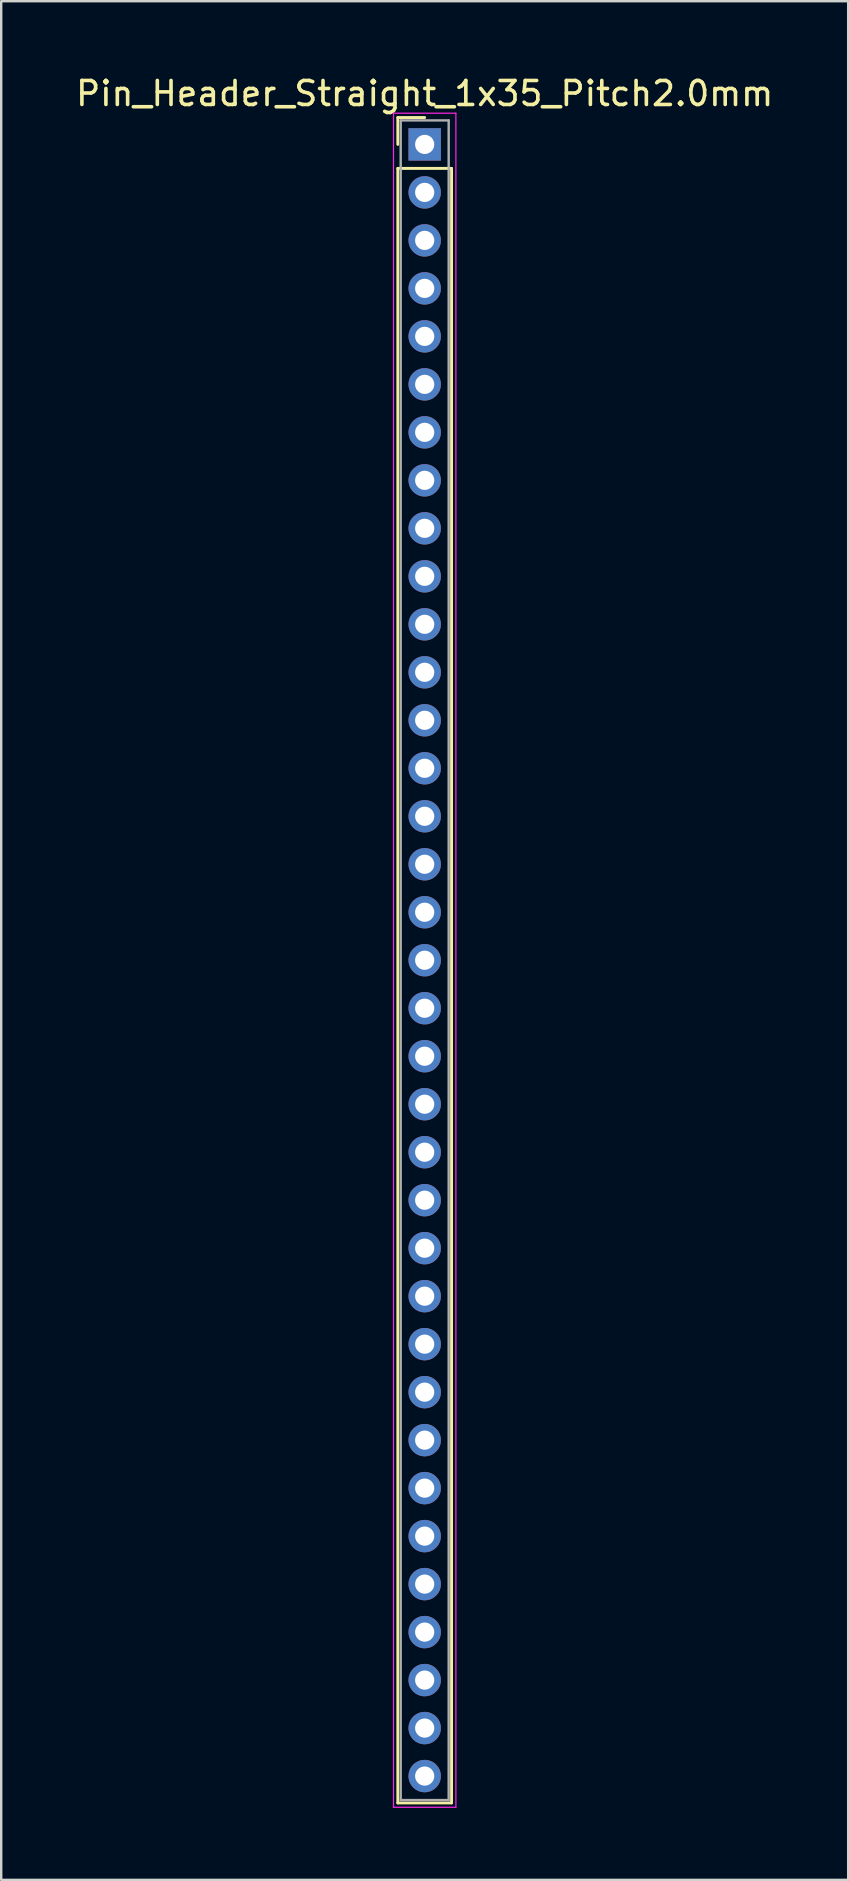
<source format=kicad_pcb>
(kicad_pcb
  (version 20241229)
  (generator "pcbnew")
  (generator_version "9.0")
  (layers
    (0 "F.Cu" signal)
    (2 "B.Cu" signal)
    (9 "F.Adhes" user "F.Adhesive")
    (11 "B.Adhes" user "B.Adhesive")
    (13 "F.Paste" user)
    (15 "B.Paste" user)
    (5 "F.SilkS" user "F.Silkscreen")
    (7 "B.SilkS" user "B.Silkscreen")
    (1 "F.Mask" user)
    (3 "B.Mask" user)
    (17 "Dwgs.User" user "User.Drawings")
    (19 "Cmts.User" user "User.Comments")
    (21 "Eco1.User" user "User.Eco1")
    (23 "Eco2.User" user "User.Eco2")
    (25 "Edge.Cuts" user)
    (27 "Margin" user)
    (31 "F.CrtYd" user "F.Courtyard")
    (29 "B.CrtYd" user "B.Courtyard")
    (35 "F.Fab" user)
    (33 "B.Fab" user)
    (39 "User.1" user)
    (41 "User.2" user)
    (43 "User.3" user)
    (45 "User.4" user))
  (footprint "Pin_Header_Straight_1x35_Pitch2.0mm"
    (layer "F.Cu")
    (at 14.649 2.968)
    (property "Reference" "Pin_Header_Straight_1x35_Pitch2.0mm" (at 0 -2.12 0) (layer "F.SilkS") (effects (font (size 1 1) (thickness 0.15))))
    (attr through_hole)
    (fp_line (start -1.12 -1.12) (end 0 -1.12) (stroke (width 0.12) (type solid)) (layer "F.SilkS"))
    (fp_line (start -1.12 0) (end -1.12 -1.12) (stroke (width 0.12) (type solid)) (layer "F.SilkS"))
    (fp_line (start -1.12 1) (end -1.12 69.12) (stroke (width 0.12) (type solid)) (layer "F.SilkS"))
    (fp_line (start -1.12 69.12) (end 1.12 69.12) (stroke (width 0.12) (type solid)) (layer "F.SilkS"))
    (fp_line (start 1.12 1) (end -1.12 1) (stroke (width 0.12) (type solid)) (layer "F.SilkS"))
    (fp_line (start 1.12 69.12) (end 1.12 1) (stroke (width 0.12) (type solid)) (layer "F.SilkS"))
    (fp_line (start -1.3 -1.3) (end -1.3 69.3) (stroke (width 0.05) (type solid)) (layer "F.CrtYd"))
    (fp_line (start -1.3 69.3) (end 1.3 69.3) (stroke (width 0.05) (type solid)) (layer "F.CrtYd"))
    (fp_line (start 1.3 -1.3) (end -1.3 -1.3) (stroke (width 0.05) (type solid)) (layer "F.CrtYd"))
    (fp_line (start 1.3 69.3) (end 1.3 -1.3) (stroke (width 0.05) (type solid)) (layer "F.CrtYd"))
    (fp_line (start -1 -1) (end -1 69) (stroke (width 0.1) (type solid)) (layer "F.Fab"))
    (fp_line (start -1 69) (end 1 69) (stroke (width 0.1) (type solid)) (layer "F.Fab"))
    (fp_line (start 1 -1) (end -1 -1) (stroke (width 0.1) (type solid)) (layer "F.Fab"))
    (fp_line (start 1 69) (end 1 -1) (stroke (width 0.1) (type solid)) (layer "F.Fab"))
    (pad "1" thru_hole rect (at 0 0) (size 1.35 1.35) (drill 0.8) (layers "*.Cu" "*.Mask"))
    (pad "2" thru_hole oval (at 0 2) (size 1.35 1.35) (drill 0.8) (layers "*.Cu" "*.Mask"))
    (pad "3" thru_hole oval (at 0 4) (size 1.35 1.35) (drill 0.8) (layers "*.Cu" "*.Mask"))
    (pad "4" thru_hole oval (at 0 6) (size 1.35 1.35) (drill 0.8) (layers "*.Cu" "*.Mask"))
    (pad "5" thru_hole oval (at 0 8) (size 1.35 1.35) (drill 0.8) (layers "*.Cu" "*.Mask"))
    (pad "6" thru_hole oval (at 0 10) (size 1.35 1.35) (drill 0.8) (layers "*.Cu" "*.Mask"))
    (pad "7" thru_hole oval (at 0 12) (size 1.35 1.35) (drill 0.8) (layers "*.Cu" "*.Mask"))
    (pad "8" thru_hole oval (at 0 14) (size 1.35 1.35) (drill 0.8) (layers "*.Cu" "*.Mask"))
    (pad "9" thru_hole oval (at 0 16) (size 1.35 1.35) (drill 0.8) (layers "*.Cu" "*.Mask"))
    (pad "10" thru_hole oval (at 0 18) (size 1.35 1.35) (drill 0.8) (layers "*.Cu" "*.Mask"))
    (pad "11" thru_hole oval (at 0 20) (size 1.35 1.35) (drill 0.8) (layers "*.Cu" "*.Mask"))
    (pad "12" thru_hole oval (at 0 22) (size 1.35 1.35) (drill 0.8) (layers "*.Cu" "*.Mask"))
    (pad "13" thru_hole oval (at 0 24) (size 1.35 1.35) (drill 0.8) (layers "*.Cu" "*.Mask"))
    (pad "14" thru_hole oval (at 0 26) (size 1.35 1.35) (drill 0.8) (layers "*.Cu" "*.Mask"))
    (pad "15" thru_hole oval (at 0 28) (size 1.35 1.35) (drill 0.8) (layers "*.Cu" "*.Mask"))
    (pad "16" thru_hole oval (at 0 30) (size 1.35 1.35) (drill 0.8) (layers "*.Cu" "*.Mask"))
    (pad "17" thru_hole oval (at 0 32) (size 1.35 1.35) (drill 0.8) (layers "*.Cu" "*.Mask"))
    (pad "18" thru_hole oval (at 0 34) (size 1.35 1.35) (drill 0.8) (layers "*.Cu" "*.Mask"))
    (pad "19" thru_hole oval (at 0 36) (size 1.35 1.35) (drill 0.8) (layers "*.Cu" "*.Mask"))
    (pad "20" thru_hole oval (at 0 38) (size 1.35 1.35) (drill 0.8) (layers "*.Cu" "*.Mask"))
    (pad "21" thru_hole oval (at 0 40) (size 1.35 1.35) (drill 0.8) (layers "*.Cu" "*.Mask"))
    (pad "22" thru_hole oval (at 0 42) (size 1.35 1.35) (drill 0.8) (layers "*.Cu" "*.Mask"))
    (pad "23" thru_hole oval (at 0 44) (size 1.35 1.35) (drill 0.8) (layers "*.Cu" "*.Mask"))
    (pad "24" thru_hole oval (at 0 46) (size 1.35 1.35) (drill 0.8) (layers "*.Cu" "*.Mask"))
    (pad "25" thru_hole oval (at 0 48) (size 1.35 1.35) (drill 0.8) (layers "*.Cu" "*.Mask"))
    (pad "26" thru_hole oval (at 0 50) (size 1.35 1.35) (drill 0.8) (layers "*.Cu" "*.Mask"))
    (pad "27" thru_hole oval (at 0 52) (size 1.35 1.35) (drill 0.8) (layers "*.Cu" "*.Mask"))
    (pad "28" thru_hole oval (at 0 54) (size 1.35 1.35) (drill 0.8) (layers "*.Cu" "*.Mask"))
    (pad "29" thru_hole oval (at 0 56) (size 1.35 1.35) (drill 0.8) (layers "*.Cu" "*.Mask"))
    (pad "30" thru_hole oval (at 0 58) (size 1.35 1.35) (drill 0.8) (layers "*.Cu" "*.Mask"))
    (pad "31" thru_hole oval (at 0 60) (size 1.35 1.35) (drill 0.8) (layers "*.Cu" "*.Mask"))
    (pad "32" thru_hole oval (at 0 62) (size 1.35 1.35) (drill 0.8) (layers "*.Cu" "*.Mask"))
    (pad "33" thru_hole oval (at 0 64) (size 1.35 1.35) (drill 0.8) (layers "*.Cu" "*.Mask"))
    (pad "34" thru_hole oval (at 0 66) (size 1.35 1.35) (drill 0.8) (layers "*.Cu" "*.Mask"))
    (pad "35" thru_hole oval (at 0 68) (size 1.35 1.35) (drill 0.8) (layers "*.Cu" "*.Mask")))
  (gr_rect
    (start -3 -3)
    (end 32.298 75.293)
    (stroke (width 0.1) (type default))
    (fill no)
    (layer "Edge.Cuts")))
</source>
